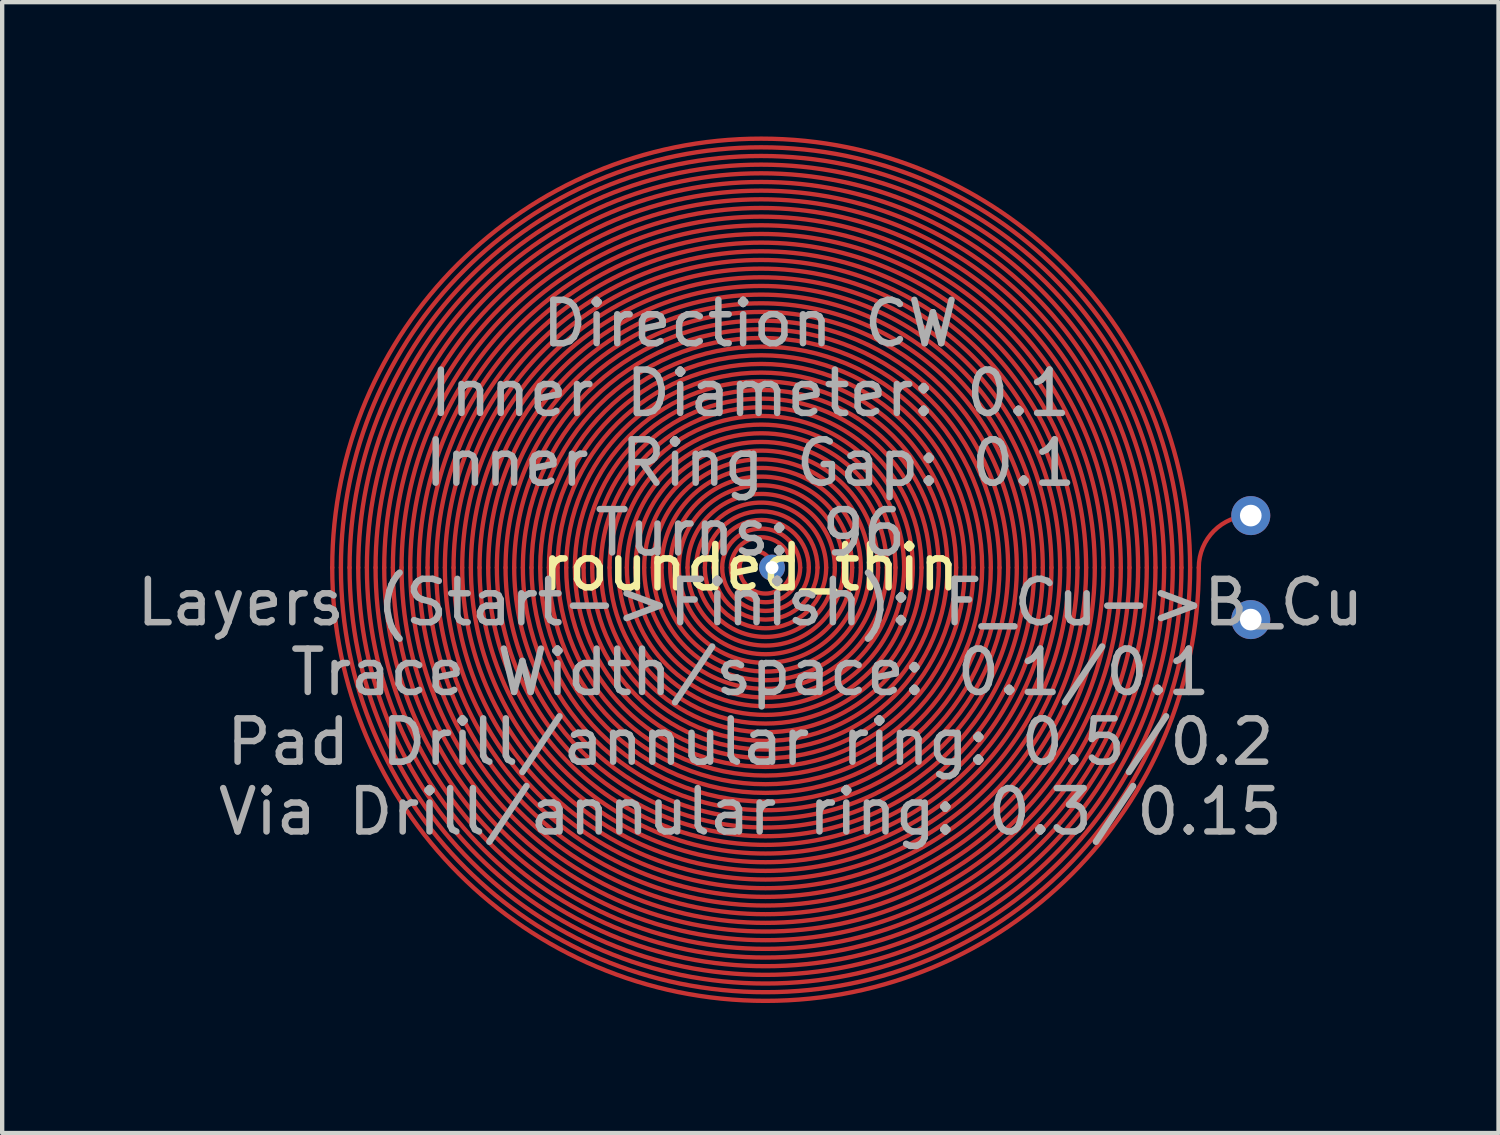
<source format=kicad_pcb>
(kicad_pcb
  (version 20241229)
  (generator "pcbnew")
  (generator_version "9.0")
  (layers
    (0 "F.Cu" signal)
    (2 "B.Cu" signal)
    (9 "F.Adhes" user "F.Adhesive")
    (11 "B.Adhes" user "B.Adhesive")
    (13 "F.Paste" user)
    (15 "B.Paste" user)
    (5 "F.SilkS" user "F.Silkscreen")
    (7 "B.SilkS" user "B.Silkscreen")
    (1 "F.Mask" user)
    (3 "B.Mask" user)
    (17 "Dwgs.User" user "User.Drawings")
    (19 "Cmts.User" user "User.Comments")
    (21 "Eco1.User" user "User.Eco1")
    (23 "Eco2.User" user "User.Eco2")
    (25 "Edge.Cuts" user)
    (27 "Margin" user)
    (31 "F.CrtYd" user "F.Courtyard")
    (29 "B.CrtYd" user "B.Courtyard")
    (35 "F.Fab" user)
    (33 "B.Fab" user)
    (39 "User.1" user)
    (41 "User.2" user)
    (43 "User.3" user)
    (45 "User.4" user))
  (footprint "rounded_thin"
    (layer "F.Cu")
    (at 14.268 10.05)
    (property "Reference" "rounded_thin" (at 0 0 0) (unlocked yes) (layer "F.SilkS") (effects (font (size 1 1) (thickness 0.15))))
    (fp_arc (start -9.65 0) (mid 0.25 -9.9) (end 10.15 0) (stroke (width 0.1) (type default)) (layer "F.Cu"))
    (fp_arc (start -9.45 0) (mid 0.25 -9.7) (end 9.95 0) (stroke (width 0.1) (type default)) (layer "F.Cu"))
    (fp_arc (start -9.25 0) (mid 0.25 -9.5) (end 9.75 0) (stroke (width 0.1) (type default)) (layer "F.Cu"))
    (fp_arc (start -9.05 0) (mid 0.25 -9.3) (end 9.55 0) (stroke (width 0.1) (type default)) (layer "F.Cu"))
    (fp_arc (start -8.85 0) (mid 0.25 -9.1) (end 9.35 0) (stroke (width 0.1) (type default)) (layer "F.Cu"))
    (fp_arc (start -8.65 0) (mid 0.25 -8.9) (end 9.15 0) (stroke (width 0.1) (type default)) (layer "F.Cu"))
    (fp_arc (start -8.45 0) (mid 0.25 -8.7) (end 8.95 0) (stroke (width 0.1) (type default)) (layer "F.Cu"))
    (fp_arc (start -8.25 0) (mid 0.25 -8.5) (end 8.75 0) (stroke (width 0.1) (type default)) (layer "F.Cu"))
    (fp_arc (start -8.05 0) (mid 0.25 -8.3) (end 8.55 0) (stroke (width 0.1) (type default)) (layer "F.Cu"))
    (fp_arc (start -7.85 0) (mid 0.25 -8.1) (end 8.35 0) (stroke (width 0.1) (type default)) (layer "F.Cu"))
    (fp_arc (start -7.65 0) (mid 0.25 -7.9) (end 8.15 0) (stroke (width 0.1) (type default)) (layer "F.Cu"))
    (fp_arc (start -7.45 0) (mid 0.25 -7.7) (end 7.95 0) (stroke (width 0.1) (type default)) (layer "F.Cu"))
    (fp_arc (start -7.25 0) (mid 0.25 -7.5) (end 7.75 0) (stroke (width 0.1) (type default)) (layer "F.Cu"))
    (fp_arc (start -7.05 0) (mid 0.25 -7.3) (end 7.55 0) (stroke (width 0.1) (type default)) (layer "F.Cu"))
    (fp_arc (start -6.85 0) (mid 0.25 -7.1) (end 7.35 0) (stroke (width 0.1) (type default)) (layer "F.Cu"))
    (fp_arc (start -6.65 0) (mid 0.25 -6.9) (end 7.15 0) (stroke (width 0.1) (type default)) (layer "F.Cu"))
    (fp_arc (start -6.45 0) (mid 0.25 -6.7) (end 6.95 0) (stroke (width 0.1) (type default)) (layer "F.Cu"))
    (fp_arc (start -6.25 0) (mid 0.25 -6.5) (end 6.75 0) (stroke (width 0.1) (type default)) (layer "F.Cu"))
    (fp_arc (start -6.05 0) (mid 0.25 -6.3) (end 6.55 0) (stroke (width 0.1) (type default)) (layer "F.Cu"))
    (fp_arc (start -5.85 0) (mid 0.25 -6.1) (end 6.35 0) (stroke (width 0.1) (type default)) (layer "F.Cu"))
    (fp_arc (start -5.65 0) (mid 0.25 -5.9) (end 6.15 0) (stroke (width 0.1) (type default)) (layer "F.Cu"))
    (fp_arc (start -5.45 0) (mid 0.25 -5.7) (end 5.95 0) (stroke (width 0.1) (type default)) (layer "F.Cu"))
    (fp_arc (start -5.25 0) (mid 0.25 -5.5) (end 5.75 0) (stroke (width 0.1) (type default)) (layer "F.Cu"))
    (fp_arc (start -5.05 0) (mid 0.25 -5.3) (end 5.55 0) (stroke (width 0.1) (type default)) (layer "F.Cu"))
    (fp_arc (start -4.85 0) (mid 0.25 -5.1) (end 5.35 0) (stroke (width 0.1) (type default)) (layer "F.Cu"))
    (fp_arc (start -4.65 0) (mid 0.25 -4.9) (end 5.15 0) (stroke (width 0.1) (type default)) (layer "F.Cu"))
    (fp_arc (start -4.45 0) (mid 0.25 -4.7) (end 4.95 0) (stroke (width 0.1) (type default)) (layer "F.Cu"))
    (fp_arc (start -4.25 0) (mid 0.25 -4.5) (end 4.75 0) (stroke (width 0.1) (type default)) (layer "F.Cu"))
    (fp_arc (start -4.05 0) (mid 0.25 -4.3) (end 4.55 0) (stroke (width 0.1) (type default)) (layer "F.Cu"))
    (fp_arc (start -3.85 0) (mid 0.25 -4.1) (end 4.35 0) (stroke (width 0.1) (type default)) (layer "F.Cu"))
    (fp_arc (start -3.65 0) (mid 0.25 -3.9) (end 4.15 0) (stroke (width 0.1) (type default)) (layer "F.Cu"))
    (fp_arc (start -3.45 0) (mid 0.25 -3.7) (end 3.95 0) (stroke (width 0.1) (type default)) (layer "F.Cu"))
    (fp_arc (start -3.25 0) (mid 0.25 -3.5) (end 3.75 0) (stroke (width 0.1) (type default)) (layer "F.Cu"))
    (fp_arc (start -3.05 0) (mid 0.25 -3.3) (end 3.55 0) (stroke (width 0.1) (type default)) (layer "F.Cu"))
    (fp_arc (start -2.85 0) (mid 0.25 -3.1) (end 3.35 0) (stroke (width 0.1) (type default)) (layer "F.Cu"))
    (fp_arc (start -2.65 0) (mid 0.25 -2.9) (end 3.15 0) (stroke (width 0.1) (type default)) (layer "F.Cu"))
    (fp_arc (start -2.45 0) (mid 0.25 -2.7) (end 2.95 0) (stroke (width 0.1) (type default)) (layer "F.Cu"))
    (fp_arc (start -2.25 0) (mid 0.25 -2.5) (end 2.75 0) (stroke (width 0.1) (type default)) (layer "F.Cu"))
    (fp_arc (start -2.05 0) (mid 0.25 -2.3) (end 2.55 0) (stroke (width 0.1) (type default)) (layer "F.Cu"))
    (fp_arc (start -1.85 0) (mid 0.25 -2.1) (end 2.35 0) (stroke (width 0.1) (type default)) (layer "F.Cu"))
    (fp_arc (start -1.65 0) (mid 0.25 -1.9) (end 2.15 0) (stroke (width 0.1) (type default)) (layer "F.Cu"))
    (fp_arc (start -1.45 0) (mid 0.25 -1.7) (end 1.95 0) (stroke (width 0.1) (type default)) (layer "F.Cu"))
    (fp_arc (start -1.25 0) (mid 0.25 -1.5) (end 1.75 0) (stroke (width 0.1) (type default)) (layer "F.Cu"))
    (fp_arc (start -1.05 0) (mid 0.25 -1.3) (end 1.55 0) (stroke (width 0.1) (type default)) (layer "F.Cu"))
    (fp_arc (start -0.85 0) (mid 0.25 -1.1) (end 1.35 0) (stroke (width 0.1) (type default)) (layer "F.Cu"))
    (fp_arc (start -0.65 0) (mid 0.25 -0.9) (end 1.15 0) (stroke (width 0.1) (type default)) (layer "F.Cu"))
    (fp_arc (start -0.45 0) (mid 0.25 -0.7) (end 0.95 0) (stroke (width 0.1) (type default)) (layer "F.Cu"))
    (fp_arc (start -0.25 0) (mid 0.125 -0.375) (end 0.5 0) (stroke (width 0.1) (type default)) (layer "F.Cu"))
    (fp_arc (start 0.95 0) (mid 0.35 0.6) (end -0.25 0) (stroke (width 0.1) (type default)) (layer "F.Cu"))
    (fp_arc (start 1.15 0) (mid 0.35 0.8) (end -0.45 0) (stroke (width 0.1) (type default)) (layer "F.Cu"))
    (fp_arc (start 1.35 0) (mid 0.35 1) (end -0.65 0) (stroke (width 0.1) (type default)) (layer "F.Cu"))
    (fp_arc (start 1.55 0) (mid 0.35 1.2) (end -0.85 0) (stroke (width 0.1) (type default)) (layer "F.Cu"))
    (fp_arc (start 1.75 0) (mid 0.35 1.4) (end -1.05 0) (stroke (width 0.1) (type default)) (layer "F.Cu"))
    (fp_arc (start 1.95 0) (mid 0.35 1.6) (end -1.25 0) (stroke (width 0.1) (type default)) (layer "F.Cu"))
    (fp_arc (start 2.15 0) (mid 0.35 1.8) (end -1.45 0) (stroke (width 0.1) (type default)) (layer "F.Cu"))
    (fp_arc (start 2.35 0) (mid 0.35 2) (end -1.65 0) (stroke (width 0.1) (type default)) (layer "F.Cu"))
    (fp_arc (start 2.55 0) (mid 0.35 2.2) (end -1.85 0) (stroke (width 0.1) (type default)) (layer "F.Cu"))
    (fp_arc (start 2.75 0) (mid 0.35 2.4) (end -2.05 0) (stroke (width 0.1) (type default)) (layer "F.Cu"))
    (fp_arc (start 2.95 0) (mid 0.35 2.6) (end -2.25 0) (stroke (width 0.1) (type default)) (layer "F.Cu"))
    (fp_arc (start 3.15 0) (mid 0.35 2.8) (end -2.45 0) (stroke (width 0.1) (type default)) (layer "F.Cu"))
    (fp_arc (start 3.35 0) (mid 0.35 3) (end -2.65 0) (stroke (width 0.1) (type default)) (layer "F.Cu"))
    (fp_arc (start 3.55 0) (mid 0.35 3.2) (end -2.85 0) (stroke (width 0.1) (type default)) (layer "F.Cu"))
    (fp_arc (start 3.75 0) (mid 0.35 3.4) (end -3.05 0) (stroke (width 0.1) (type default)) (layer "F.Cu"))
    (fp_arc (start 3.95 0) (mid 0.35 3.6) (end -3.25 0) (stroke (width 0.1) (type default)) (layer "F.Cu"))
    (fp_arc (start 4.15 0) (mid 0.35 3.8) (end -3.45 0) (stroke (width 0.1) (type default)) (layer "F.Cu"))
    (fp_arc (start 4.35 0) (mid 0.35 4) (end -3.65 0) (stroke (width 0.1) (type default)) (layer "F.Cu"))
    (fp_arc (start 4.55 0) (mid 0.35 4.2) (end -3.85 0) (stroke (width 0.1) (type default)) (layer "F.Cu"))
    (fp_arc (start 4.75 0) (mid 0.35 4.4) (end -4.05 0) (stroke (width 0.1) (type default)) (layer "F.Cu"))
    (fp_arc (start 4.95 0) (mid 0.35 4.6) (end -4.25 0) (stroke (width 0.1) (type default)) (layer "F.Cu"))
    (fp_arc (start 5.15 0) (mid 0.35 4.8) (end -4.45 0) (stroke (width 0.1) (type default)) (layer "F.Cu"))
    (fp_arc (start 5.35 0) (mid 0.35 5) (end -4.65 0) (stroke (width 0.1) (type default)) (layer "F.Cu"))
    (fp_arc (start 5.55 0) (mid 0.35 5.2) (end -4.85 0) (stroke (width 0.1) (type default)) (layer "F.Cu"))
    (fp_arc (start 5.75 0) (mid 0.35 5.4) (end -5.05 0) (stroke (width 0.1) (type default)) (layer "F.Cu"))
    (fp_arc (start 5.95 0) (mid 0.35 5.6) (end -5.25 0) (stroke (width 0.1) (type default)) (layer "F.Cu"))
    (fp_arc (start 6.15 0) (mid 0.35 5.8) (end -5.45 0) (stroke (width 0.1) (type default)) (layer "F.Cu"))
    (fp_arc (start 6.35 0) (mid 0.35 6) (end -5.65 0) (stroke (width 0.1) (type default)) (layer "F.Cu"))
    (fp_arc (start 6.55 0) (mid 0.35 6.2) (end -5.85 0) (stroke (width 0.1) (type default)) (layer "F.Cu"))
    (fp_arc (start 6.75 0) (mid 0.35 6.4) (end -6.05 0) (stroke (width 0.1) (type default)) (layer "F.Cu"))
    (fp_arc (start 6.95 0) (mid 0.35 6.6) (end -6.25 0) (stroke (width 0.1) (type default)) (layer "F.Cu"))
    (fp_arc (start 7.15 0) (mid 0.35 6.8) (end -6.45 0) (stroke (width 0.1) (type default)) (layer "F.Cu"))
    (fp_arc (start 7.35 0) (mid 0.35 7) (end -6.65 0) (stroke (width 0.1) (type default)) (layer "F.Cu"))
    (fp_arc (start 7.55 0) (mid 0.35 7.2) (end -6.85 0) (stroke (width 0.1) (type default)) (layer "F.Cu"))
    (fp_arc (start 7.75 0) (mid 0.35 7.4) (end -7.05 0) (stroke (width 0.1) (type default)) (layer "F.Cu"))
    (fp_arc (start 7.95 0) (mid 0.35 7.6) (end -7.25 0) (stroke (width 0.1) (type default)) (layer "F.Cu"))
    (fp_arc (start 8.15 0) (mid 0.35 7.8) (end -7.45 0) (stroke (width 0.1) (type default)) (layer "F.Cu"))
    (fp_arc (start 8.35 0) (mid 0.35 8) (end -7.65 0) (stroke (width 0.1) (type default)) (layer "F.Cu"))
    (fp_arc (start 8.55 0) (mid 0.35 8.2) (end -7.85 0) (stroke (width 0.1) (type default)) (layer "F.Cu"))
    (fp_arc (start 8.75 0) (mid 0.35 8.4) (end -8.05 0) (stroke (width 0.1) (type default)) (layer "F.Cu"))
    (fp_arc (start 8.95 0) (mid 0.35 8.6) (end -8.25 0) (stroke (width 0.1) (type default)) (layer "F.Cu"))
    (fp_arc (start 9.15 0) (mid 0.35 8.8) (end -8.45 0) (stroke (width 0.1) (type default)) (layer "F.Cu"))
    (fp_arc (start 9.35 0) (mid 0.35 9) (end -8.65 0) (stroke (width 0.1) (type default)) (layer "F.Cu"))
    (fp_arc (start 9.55 0) (mid 0.35 9.2) (end -8.85 0) (stroke (width 0.1) (type default)) (layer "F.Cu"))
    (fp_arc (start 9.75 0) (mid 0.35 9.4) (end -9.05 0) (stroke (width 0.1) (type default)) (layer "F.Cu"))
    (fp_arc (start 9.95 0) (mid 0.35 9.6) (end -9.25 0) (stroke (width 0.1) (type default)) (layer "F.Cu"))
    (fp_arc (start 10.15 0) (mid 0.35 9.8) (end -9.45 0) (stroke (width 0.1) (type default)) (layer "F.Cu"))
    (fp_arc (start 10.35 0) (mid 0.35 10) (end -9.65 0) (stroke (width 0.1) (type default)) (layer "F.Cu"))
    (fp_arc (start 10.35 0) (mid 10.701472 -0.848528) (end 11.55 -1.2) (stroke (width 0.1) (type default)) (layer "F.Cu"))
    (fp_arc (start -9.65 0) (mid 0.35 -10) (end 10.35 0) (stroke (width 0.1) (type default)) (layer "In1.Cu"))
    (fp_arc (start -9.45 0) (mid 0.35 -9.8) (end 10.15 0) (stroke (width 0.1) (type default)) (layer "In1.Cu"))
    (fp_arc (start -9.25 0) (mid 0.35 -9.6) (end 9.95 0) (stroke (width 0.1) (type default)) (layer "In1.Cu"))
    (fp_arc (start -9.05 0) (mid 0.35 -9.4) (end 9.75 0) (stroke (width 0.1) (type default)) (layer "In1.Cu"))
    (fp_arc (start -8.85 0) (mid 0.35 -9.2) (end 9.55 0) (stroke (width 0.1) (type default)) (layer "In1.Cu"))
    (fp_arc (start -8.65 0) (mid 0.35 -9) (end 9.35 0) (stroke (width 0.1) (type default)) (layer "In1.Cu"))
    (fp_arc (start -8.45 0) (mid 0.35 -8.8) (end 9.15 0) (stroke (width 0.1) (type default)) (layer "In1.Cu"))
    (fp_arc (start -8.25 0) (mid 0.35 -8.6) (end 8.95 0) (stroke (width 0.1) (type default)) (layer "In1.Cu"))
    (fp_arc (start -8.05 0) (mid 0.35 -8.4) (end 8.75 0) (stroke (width 0.1) (type default)) (layer "In1.Cu"))
    (fp_arc (start -7.85 0) (mid 0.35 -8.2) (end 8.55 0) (stroke (width 0.1) (type default)) (layer "In1.Cu"))
    (fp_arc (start -7.65 0) (mid 0.35 -8) (end 8.35 0) (stroke (width 0.1) (type default)) (layer "In1.Cu"))
    (fp_arc (start -7.45 0) (mid 0.35 -7.8) (end 8.15 0) (stroke (width 0.1) (type default)) (layer "In1.Cu"))
    (fp_arc (start -7.25 0) (mid 0.35 -7.6) (end 7.95 0) (stroke (width 0.1) (type default)) (layer "In1.Cu"))
    (fp_arc (start -7.05 0) (mid 0.35 -7.4) (end 7.75 0) (stroke (width 0.1) (type default)) (layer "In1.Cu"))
    (fp_arc (start -6.85 0) (mid 0.35 -7.2) (end 7.55 0) (stroke (width 0.1) (type default)) (layer "In1.Cu"))
    (fp_arc (start -6.65 0) (mid 0.35 -7) (end 7.35 0) (stroke (width 0.1) (type default)) (layer "In1.Cu"))
    (fp_arc (start -6.45 0) (mid 0.35 -6.8) (end 7.15 0) (stroke (width 0.1) (type default)) (layer "In1.Cu"))
    (fp_arc (start -6.25 0) (mid 0.35 -6.6) (end 6.95 0) (stroke (width 0.1) (type default)) (layer "In1.Cu"))
    (fp_arc (start -6.05 0) (mid 0.35 -6.4) (end 6.75 0) (stroke (width 0.1) (type default)) (layer "In1.Cu"))
    (fp_arc (start -5.85 0) (mid 0.35 -6.2) (end 6.55 0) (stroke (width 0.1) (type default)) (layer "In1.Cu"))
    (fp_arc (start -5.65 0) (mid 0.35 -6) (end 6.35 0) (stroke (width 0.1) (type default)) (layer "In1.Cu"))
    (fp_arc (start -5.45 0) (mid 0.35 -5.8) (end 6.15 0) (stroke (width 0.1) (type default)) (layer "In1.Cu"))
    (fp_arc (start -5.25 0) (mid 0.35 -5.6) (end 5.95 0) (stroke (width 0.1) (type default)) (layer "In1.Cu"))
    (fp_arc (start -5.05 0) (mid 0.35 -5.4) (end 5.75 0) (stroke (width 0.1) (type default)) (layer "In1.Cu"))
    (fp_arc (start -4.85 0) (mid 0.35 -5.2) (end 5.55 0) (stroke (width 0.1) (type default)) (layer "In1.Cu"))
    (fp_arc (start -4.65 0) (mid 0.35 -5) (end 5.35 0) (stroke (width 0.1) (type default)) (layer "In1.Cu"))
    (fp_arc (start -4.45 0) (mid 0.35 -4.8) (end 5.15 0) (stroke (width 0.1) (type default)) (layer "In1.Cu"))
    (fp_arc (start -4.25 0) (mid 0.35 -4.6) (end 4.95 0) (stroke (width 0.1) (type default)) (layer "In1.Cu"))
    (fp_arc (start -4.05 0) (mid 0.35 -4.4) (end 4.75 0) (stroke (width 0.1) (type default)) (layer "In1.Cu"))
    (fp_arc (start -3.85 0) (mid 0.35 -4.2) (end 4.55 0) (stroke (width 0.1) (type default)) (layer "In1.Cu"))
    (fp_arc (start -3.65 0) (mid 0.35 -4) (end 4.35 0) (stroke (width 0.1) (type default)) (layer "In1.Cu"))
    (fp_arc (start -3.45 0) (mid 0.35 -3.8) (end 4.15 0) (stroke (width 0.1) (type default)) (layer "In1.Cu"))
    (fp_arc (start -3.25 0) (mid 0.35 -3.6) (end 3.95 0) (stroke (width 0.1) (type default)) (layer "In1.Cu"))
    (fp_arc (start -3.05 0) (mid 0.35 -3.4) (end 3.75 0) (stroke (width 0.1) (type default)) (layer "In1.Cu"))
    (fp_arc (start -2.85 0) (mid 0.35 -3.2) (end 3.55 0) (stroke (width 0.1) (type default)) (layer "In1.Cu"))
    (fp_arc (start -2.65 0) (mid 0.35 -3) (end 3.35 0) (stroke (width 0.1) (type default)) (layer "In1.Cu"))
    (fp_arc (start -2.45 0) (mid 0.35 -2.8) (end 3.15 0) (stroke (width 0.1) (type default)) (layer "In1.Cu"))
    (fp_arc (start -2.25 0) (mid 0.35 -2.6) (end 2.95 0) (stroke (width 0.1) (type default)) (layer "In1.Cu"))
    (fp_arc (start -2.05 0) (mid 0.35 -2.4) (end 2.75 0) (stroke (width 0.1) (type default)) (layer "In1.Cu"))
    (fp_arc (start -1.85 0) (mid 0.35 -2.2) (end 2.55 0) (stroke (width 0.1) (type default)) (layer "In1.Cu"))
    (fp_arc (start -1.65 0) (mid 0.35 -2) (end 2.35 0) (stroke (width 0.1) (type default)) (layer "In1.Cu"))
    (fp_arc (start -1.45 0) (mid 0.35 -1.8) (end 2.15 0) (stroke (width 0.1) (type default)) (layer "In1.Cu"))
    (fp_arc (start -1.25 0) (mid 0.35 -1.6) (end 1.95 0) (stroke (width 0.1) (type default)) (layer "In1.Cu"))
    (fp_arc (start -1.05 0) (mid 0.35 -1.4) (end 1.75 0) (stroke (width 0.1) (type default)) (layer "In1.Cu"))
    (fp_arc (start -0.85 0) (mid 0.35 -1.2) (end 1.55 0) (stroke (width 0.1) (type default)) (layer "In1.Cu"))
    (fp_arc (start -0.65 0) (mid 0.35 -1) (end 1.35 0) (stroke (width 0.1) (type default)) (layer "In1.Cu"))
    (fp_arc (start -0.45 0) (mid 0.35 -0.8) (end 1.15 0) (stroke (width 0.1) (type default)) (layer "In1.Cu"))
    (fp_arc (start -0.25 0) (mid 0.35 -0.6) (end 0.95 0) (stroke (width 0.1) (type default)) (layer "In1.Cu"))
    (fp_arc (start 0.5 0) (mid 0.125 0.375) (end -0.25 0) (stroke (width 0.1) (type default)) (layer "In1.Cu"))
    (fp_arc (start 0.95 0) (mid 0.25 0.7) (end -0.45 0) (stroke (width 0.1) (type default)) (layer "In1.Cu"))
    (fp_arc (start 1.15 0) (mid 0.25 0.9) (end -0.65 0) (stroke (width 0.1) (type default)) (layer "In1.Cu"))
    (fp_arc (start 1.35 0) (mid 0.25 1.1) (end -0.85 0) (stroke (width 0.1) (type default)) (layer "In1.Cu"))
    (fp_arc (start 1.55 0) (mid 0.25 1.3) (end -1.05 0) (stroke (width 0.1) (type default)) (layer "In1.Cu"))
    (fp_arc (start 1.75 0) (mid 0.25 1.5) (end -1.25 0) (stroke (width 0.1) (type default)) (layer "In1.Cu"))
    (fp_arc (start 1.95 0) (mid 0.25 1.7) (end -1.45 0) (stroke (width 0.1) (type default)) (layer "In1.Cu"))
    (fp_arc (start 2.15 0) (mid 0.25 1.9) (end -1.65 0) (stroke (width 0.1) (type default)) (layer "In1.Cu"))
    (fp_arc (start 2.35 0) (mid 0.25 2.1) (end -1.85 0) (stroke (width 0.1) (type default)) (layer "In1.Cu"))
    (fp_arc (start 2.55 0) (mid 0.25 2.3) (end -2.05 0) (stroke (width 0.1) (type default)) (layer "In1.Cu"))
    (fp_arc (start 2.75 0) (mid 0.25 2.5) (end -2.25 0) (stroke (width 0.1) (type default)) (layer "In1.Cu"))
    (fp_arc (start 2.95 0) (mid 0.25 2.7) (end -2.45 0) (stroke (width 0.1) (type default)) (layer "In1.Cu"))
    (fp_arc (start 3.15 0) (mid 0.25 2.9) (end -2.65 0) (stroke (width 0.1) (type default)) (layer "In1.Cu"))
    (fp_arc (start 3.35 0) (mid 0.25 3.1) (end -2.85 0) (stroke (width 0.1) (type default)) (layer "In1.Cu"))
    (fp_arc (start 3.55 0) (mid 0.25 3.3) (end -3.05 0) (stroke (width 0.1) (type default)) (layer "In1.Cu"))
    (fp_arc (start 3.75 0) (mid 0.25 3.5) (end -3.25 0) (stroke (width 0.1) (type default)) (layer "In1.Cu"))
    (fp_arc (start 3.95 0) (mid 0.25 3.7) (end -3.45 0) (stroke (width 0.1) (type default)) (layer "In1.Cu"))
    (fp_arc (start 4.15 0) (mid 0.25 3.9) (end -3.65 0) (stroke (width 0.1) (type default)) (layer "In1.Cu"))
    (fp_arc (start 4.35 0) (mid 0.25 4.1) (end -3.85 0) (stroke (width 0.1) (type default)) (layer "In1.Cu"))
    (fp_arc (start 4.55 0) (mid 0.25 4.3) (end -4.05 0) (stroke (width 0.1) (type default)) (layer "In1.Cu"))
    (fp_arc (start 4.75 0) (mid 0.25 4.5) (end -4.25 0) (stroke (width 0.1) (type default)) (layer "In1.Cu"))
    (fp_arc (start 4.95 0) (mid 0.25 4.7) (end -4.45 0) (stroke (width 0.1) (type default)) (layer "In1.Cu"))
    (fp_arc (start 5.15 0) (mid 0.25 4.9) (end -4.65 0) (stroke (width 0.1) (type default)) (layer "In1.Cu"))
    (fp_arc (start 5.35 0) (mid 0.25 5.1) (end -4.85 0) (stroke (width 0.1) (type default)) (layer "In1.Cu"))
    (fp_arc (start 5.55 0) (mid 0.25 5.3) (end -5.05 0) (stroke (width 0.1) (type default)) (layer "In1.Cu"))
    (fp_arc (start 5.75 0) (mid 0.25 5.5) (end -5.25 0) (stroke (width 0.1) (type default)) (layer "In1.Cu"))
    (fp_arc (start 5.95 0) (mid 0.25 5.7) (end -5.45 0) (stroke (width 0.1) (type default)) (layer "In1.Cu"))
    (fp_arc (start 6.15 0) (mid 0.25 5.9) (end -5.65 0) (stroke (width 0.1) (type default)) (layer "In1.Cu"))
    (fp_arc (start 6.35 0) (mid 0.25 6.1) (end -5.85 0) (stroke (width 0.1) (type default)) (layer "In1.Cu"))
    (fp_arc (start 6.55 0) (mid 0.25 6.3) (end -6.05 0) (stroke (width 0.1) (type default)) (layer "In1.Cu"))
    (fp_arc (start 6.75 0) (mid 0.25 6.5) (end -6.25 0) (stroke (width 0.1) (type default)) (layer "In1.Cu"))
    (fp_arc (start 6.95 0) (mid 0.25 6.7) (end -6.45 0) (stroke (width 0.1) (type default)) (layer "In1.Cu"))
    (fp_arc (start 7.15 0) (mid 0.25 6.9) (end -6.65 0) (stroke (width 0.1) (type default)) (layer "In1.Cu"))
    (fp_arc (start 7.35 0) (mid 0.25 7.1) (end -6.85 0) (stroke (width 0.1) (type default)) (layer "In1.Cu"))
    (fp_arc (start 7.55 0) (mid 0.25 7.3) (end -7.05 0) (stroke (width 0.1) (type default)) (layer "In1.Cu"))
    (fp_arc (start 7.75 0) (mid 0.25 7.5) (end -7.25 0) (stroke (width 0.1) (type default)) (layer "In1.Cu"))
    (fp_arc (start 7.95 0) (mid 0.25 7.7) (end -7.45 0) (stroke (width 0.1) (type default)) (layer "In1.Cu"))
    (fp_arc (start 8.15 0) (mid 0.25 7.9) (end -7.65 0) (stroke (width 0.1) (type default)) (layer "In1.Cu"))
    (fp_arc (start 8.35 0) (mid 0.25 8.1) (end -7.85 0) (stroke (width 0.1) (type default)) (layer "In1.Cu"))
    (fp_arc (start 8.55 0) (mid 0.25 8.3) (end -8.05 0) (stroke (width 0.1) (type default)) (layer "In1.Cu"))
    (fp_arc (start 8.75 0) (mid 0.25 8.5) (end -8.25 0) (stroke (width 0.1) (type default)) (layer "In1.Cu"))
    (fp_arc (start 8.95 0) (mid 0.25 8.7) (end -8.45 0) (stroke (width 0.1) (type default)) (layer "In1.Cu"))
    (fp_arc (start 9.15 0) (mid 0.25 8.9) (end -8.65 0) (stroke (width 0.1) (type default)) (layer "In1.Cu"))
    (fp_arc (start 9.35 0) (mid 0.25 9.1) (end -8.85 0) (stroke (width 0.1) (type default)) (layer "In1.Cu"))
    (fp_arc (start 9.55 0) (mid 0.25 9.3) (end -9.05 0) (stroke (width 0.1) (type default)) (layer "In1.Cu"))
    (fp_arc (start 9.75 0) (mid 0.25 9.5) (end -9.25 0) (stroke (width 0.1) (type default)) (layer "In1.Cu"))
    (fp_arc (start 9.95 0) (mid 0.25 9.7) (end -9.45 0) (stroke (width 0.1) (type default)) (layer "In1.Cu"))
    (fp_arc (start 10.15 0) (mid 0.25 9.9) (end -9.65 0) (stroke (width 0.1) (type default)) (layer "In1.Cu"))
    (fp_arc (start 11.55 1.2) (mid 10.701472 0.848528) (end 10.35 0) (stroke (width 0.1) (type default)) (layer "In1.Cu"))
    (fp_circle (center 0 0) (end 0 0.1) (stroke (width 0.15) (type default)) (fill no) (layer "User.1"))
    (fp_text user "Direction CW\nInner Diameter: 0.1\nInner Ring Gap: 0.1\nTurns: 96\nLayers (Start->Finish): F_Cu->B_Cu\nTrace Width/space: 0.1/0.1\nPad Drill/annular ring: 0.5/0.2\nVia Drill/annular ring: 0.3/0.15" (at 0 0 0) (layer "F.Fab") (effects (font (size 1 1) (thickness 0.15))))
    (pad "1" thru_hole circle (at 11.55 -1.2) (size 0.9 0.9) (drill 0.5) (layers "*.Cu"))
    (pad "2" thru_hole circle (at 11.55 1.2) (size 0.9 0.9) (drill 0.5) (layers "*.Cu"))
    (pad "3" thru_hole circle (at 0.5 0) (size 0.6 0.6) (drill 0.3) (layers "*.Cu")))
  (gr_rect
    (start -3 -3)
    (end 31.536 23.1)
    (stroke (width 0.1) (type default))
    (fill no)
    (layer "Edge.Cuts")))
</source>
